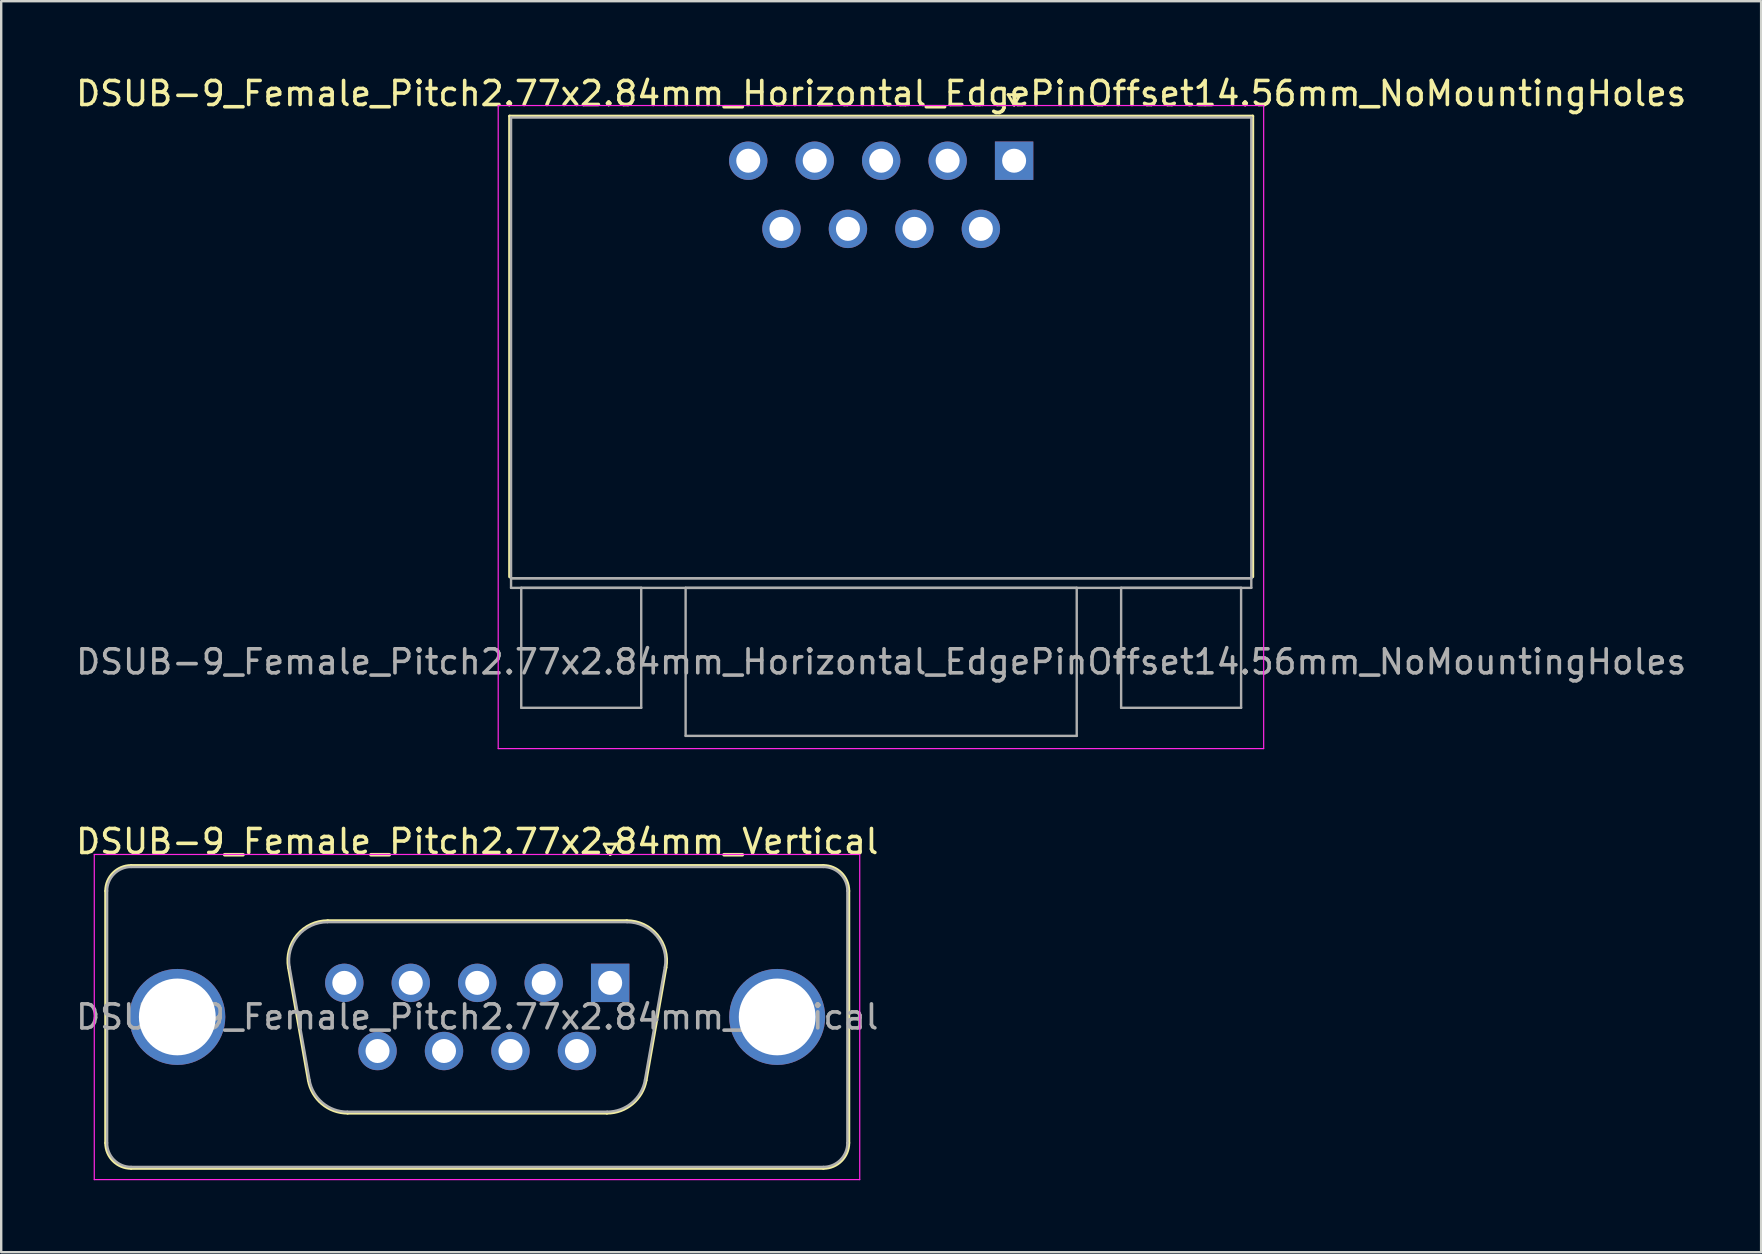
<source format=kicad_pcb>
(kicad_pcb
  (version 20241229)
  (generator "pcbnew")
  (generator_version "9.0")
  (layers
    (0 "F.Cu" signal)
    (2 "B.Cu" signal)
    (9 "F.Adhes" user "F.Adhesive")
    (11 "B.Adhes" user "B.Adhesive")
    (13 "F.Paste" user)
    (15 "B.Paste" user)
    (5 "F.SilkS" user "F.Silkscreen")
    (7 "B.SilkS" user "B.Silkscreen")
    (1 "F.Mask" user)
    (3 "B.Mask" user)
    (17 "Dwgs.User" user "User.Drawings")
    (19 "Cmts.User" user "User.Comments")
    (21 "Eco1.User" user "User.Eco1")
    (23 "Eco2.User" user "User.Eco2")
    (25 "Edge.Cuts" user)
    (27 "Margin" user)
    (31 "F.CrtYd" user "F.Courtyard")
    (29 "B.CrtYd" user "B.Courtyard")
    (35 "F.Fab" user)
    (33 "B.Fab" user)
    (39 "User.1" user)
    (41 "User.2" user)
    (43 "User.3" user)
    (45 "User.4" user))
  (footprint "DSUB-9_Female_Pitch2.77x2.84mm_Horizontal_EdgePinOffset14.56mm_NoMountingHoles"
    (layer "F.Cu")
    (at 39.213 3.648)
    (property "Reference" "DSUB-9_Female_Pitch2.77x2.84mm_Horizontal_EdgePinOffset14.56mm_NoMountingHoles" (at -5.54 -2.8 0) (layer "F.SilkS") (effects (font (size 1 1) (thickness 0.15))))
    (attr through_hole)
    (fp_line (start -21.025 -1.86) (end 9.945 -1.86) (stroke (width 0.12) (type solid)) (layer "F.SilkS"))
    (fp_line (start -21.025 17.34) (end -21.025 -1.86) (stroke (width 0.12) (type solid)) (layer "F.SilkS"))
    (fp_line (start -0.25 -2.754) (end 0.25 -2.754) (stroke (width 0.12) (type solid)) (layer "F.SilkS"))
    (fp_line (start 0 -2.321) (end -0.25 -2.754) (stroke (width 0.12) (type solid)) (layer "F.SilkS"))
    (fp_line (start 0.25 -2.754) (end 0 -2.321) (stroke (width 0.12) (type solid)) (layer "F.SilkS"))
    (fp_line (start 9.945 -1.86) (end 9.945 17.34) (stroke (width 0.12) (type solid)) (layer "F.SilkS"))
    (fp_line (start -21.5 -2.3) (end -21.5 24.5) (stroke (width 0.05) (type solid)) (layer "F.CrtYd"))
    (fp_line (start -21.5 24.5) (end 10.4 24.5) (stroke (width 0.05) (type solid)) (layer "F.CrtYd"))
    (fp_line (start 10.4 -2.3) (end -21.5 -2.3) (stroke (width 0.05) (type solid)) (layer "F.CrtYd"))
    (fp_line (start 10.4 24.5) (end 10.4 -2.3) (stroke (width 0.05) (type solid)) (layer "F.CrtYd"))
    (fp_line (start -20.965 -1.8) (end -20.965 17.4) (stroke (width 0.1) (type solid)) (layer "F.Fab"))
    (fp_line (start -20.965 17.4) (end -20.965 17.8) (stroke (width 0.1) (type solid)) (layer "F.Fab"))
    (fp_line (start -20.965 17.4) (end 9.885 17.4) (stroke (width 0.1) (type solid)) (layer "F.Fab"))
    (fp_line (start -20.965 17.8) (end 9.885 17.8) (stroke (width 0.1) (type solid)) (layer "F.Fab"))
    (fp_line (start -20.54 17.8) (end -20.54 22.8) (stroke (width 0.1) (type solid)) (layer "F.Fab"))
    (fp_line (start -20.54 22.8) (end -15.54 22.8) (stroke (width 0.1) (type solid)) (layer "F.Fab"))
    (fp_line (start -15.54 17.8) (end -20.54 17.8) (stroke (width 0.1) (type solid)) (layer "F.Fab"))
    (fp_line (start -15.54 22.8) (end -15.54 17.8) (stroke (width 0.1) (type solid)) (layer "F.Fab"))
    (fp_line (start -13.69 17.8) (end -13.69 23.97) (stroke (width 0.1) (type solid)) (layer "F.Fab"))
    (fp_line (start -13.69 23.97) (end 2.61 23.97) (stroke (width 0.1) (type solid)) (layer "F.Fab"))
    (fp_line (start 2.61 17.8) (end -13.69 17.8) (stroke (width 0.1) (type solid)) (layer "F.Fab"))
    (fp_line (start 2.61 23.97) (end 2.61 17.8) (stroke (width 0.1) (type solid)) (layer "F.Fab"))
    (fp_line (start 4.46 17.8) (end 4.46 22.8) (stroke (width 0.1) (type solid)) (layer "F.Fab"))
    (fp_line (start 4.46 22.8) (end 9.46 22.8) (stroke (width 0.1) (type solid)) (layer "F.Fab"))
    (fp_line (start 9.46 17.8) (end 4.46 17.8) (stroke (width 0.1) (type solid)) (layer "F.Fab"))
    (fp_line (start 9.46 22.8) (end 9.46 17.8) (stroke (width 0.1) (type solid)) (layer "F.Fab"))
    (fp_line (start 9.885 -1.8) (end -20.965 -1.8) (stroke (width 0.1) (type solid)) (layer "F.Fab"))
    (fp_line (start 9.885 17.4) (end -20.965 17.4) (stroke (width 0.1) (type solid)) (layer "F.Fab"))
    (fp_line (start 9.885 17.4) (end 9.885 -1.8) (stroke (width 0.1) (type solid)) (layer "F.Fab"))
    (fp_line (start 9.885 17.8) (end 9.885 17.4) (stroke (width 0.1) (type solid)) (layer "F.Fab"))
    (fp_text user "${REFERENCE}" (at -5.54 20.885 0) (layer "F.Fab") (effects (font (size 1 1) (thickness 0.15))))
    (pad "1" thru_hole rect (at 0 0) (size 1.6 1.6) (drill 1) (layers "*.Cu" "*.Mask"))
    (pad "2" thru_hole circle (at -2.77 0) (size 1.6 1.6) (drill 1) (layers "*.Cu" "*.Mask"))
    (pad "3" thru_hole circle (at -5.54 0) (size 1.6 1.6) (drill 1) (layers "*.Cu" "*.Mask"))
    (pad "4" thru_hole circle (at -8.31 0) (size 1.6 1.6) (drill 1) (layers "*.Cu" "*.Mask"))
    (pad "5" thru_hole circle (at -11.08 0) (size 1.6 1.6) (drill 1) (layers "*.Cu" "*.Mask"))
    (pad "6" thru_hole circle (at -1.385 2.84) (size 1.6 1.6) (drill 1) (layers "*.Cu" "*.Mask"))
    (pad "7" thru_hole circle (at -4.155 2.84) (size 1.6 1.6) (drill 1) (layers "*.Cu" "*.Mask"))
    (pad "8" thru_hole circle (at -6.925 2.84) (size 1.6 1.6) (drill 1) (layers "*.Cu" "*.Mask"))
    (pad "9" thru_hole circle (at -9.695 2.84) (size 1.6 1.6) (drill 1) (layers "*.Cu" "*.Mask")))
  (footprint "DSUB-9_Female_Pitch2.77x2.84mm_Vertical"
    (layer "F.Cu")
    (at 22.379 37.911)
    (property "Reference" "DSUB-9_Female_Pitch2.77x2.84mm_Vertical" (at -5.54 -5.89 0) (layer "F.SilkS") (effects (font (size 1 1) (thickness 0.15))))
    (attr through_hole)
    (fp_line (start -21.025 6.67) (end -21.025 -3.83) (stroke (width 0.12) (type solid)) (layer "F.SilkS"))
    (fp_line (start -19.965 -4.89) (end 8.885 -4.89) (stroke (width 0.12) (type solid)) (layer "F.SilkS"))
    (fp_line (start -13.406 -0.642) (end -12.578 4.058) (stroke (width 0.12) (type solid)) (layer "F.SilkS"))
    (fp_line (start -11.772 -2.59) (end 0.692 -2.59) (stroke (width 0.12) (type solid)) (layer "F.SilkS"))
    (fp_line (start -10.943 5.43) (end -0.137 5.43) (stroke (width 0.12) (type solid)) (layer "F.SilkS"))
    (fp_line (start -0.25 -5.784) (end 0.25 -5.784) (stroke (width 0.12) (type solid)) (layer "F.SilkS"))
    (fp_line (start 0 -5.351) (end -0.25 -5.784) (stroke (width 0.12) (type solid)) (layer "F.SilkS"))
    (fp_line (start 0.25 -5.784) (end 0 -5.351) (stroke (width 0.12) (type solid)) (layer "F.SilkS"))
    (fp_line (start 2.326 -0.642) (end 1.498 4.058) (stroke (width 0.12) (type solid)) (layer "F.SilkS"))
    (fp_line (start 8.885 7.73) (end -19.965 7.73) (stroke (width 0.12) (type solid)) (layer "F.SilkS"))
    (fp_line (start 9.945 -3.83) (end 9.945 6.67) (stroke (width 0.12) (type solid)) (layer "F.SilkS"))
    (fp_arc (start -21.025 -3.83) (mid -20.714533 -4.579533) (end -19.965 -4.89) (stroke (width 0.12) (type solid)) (layer "F.SilkS"))
    (fp_arc (start -19.965 7.73) (mid -20.714533 7.419533) (end -21.025 6.67) (stroke (width 0.12) (type solid)) (layer "F.SilkS"))
    (fp_arc (start -13.40647 -0.641744) (mid -13.043323 -1.997028) (end -11.771689 -2.59) (stroke (width 0.12) (type solid)) (layer "F.SilkS"))
    (fp_arc (start -10.942952 5.43) (mid -12.009979 5.041634) (end -12.577733 4.058256) (stroke (width 0.12) (type solid)) (layer "F.SilkS"))
    (fp_arc (start 0.691689 -2.59) (mid 1.963323 -1.997027) (end 2.32647 -0.641744) (stroke (width 0.12) (type solid)) (layer "F.SilkS"))
    (fp_arc (start 1.497733 4.058256) (mid 0.92998 5.041634) (end -0.137048 5.43) (stroke (width 0.12) (type solid)) (layer "F.SilkS"))
    (fp_arc (start 8.885 -4.89) (mid 9.634533 -4.579533) (end 9.945 -3.83) (stroke (width 0.12) (type solid)) (layer "F.SilkS"))
    (fp_arc (start 9.945 6.67) (mid 9.634533 7.419533) (end 8.885 7.73) (stroke (width 0.12) (type solid)) (layer "F.SilkS"))
    (fp_line (start -21.5 -5.35) (end -21.5 8.2) (stroke (width 0.05) (type solid)) (layer "F.CrtYd"))
    (fp_line (start -21.5 8.2) (end 10.4 8.2) (stroke (width 0.05) (type solid)) (layer "F.CrtYd"))
    (fp_line (start 10.4 -5.35) (end -21.5 -5.35) (stroke (width 0.05) (type solid)) (layer "F.CrtYd"))
    (fp_line (start 10.4 8.2) (end 10.4 -5.35) (stroke (width 0.05) (type solid)) (layer "F.CrtYd"))
    (fp_line (start -20.965 6.67) (end -20.965 -3.83) (stroke (width 0.1) (type solid)) (layer "F.Fab"))
    (fp_line (start -19.965 -4.83) (end 8.885 -4.83) (stroke (width 0.1) (type solid)) (layer "F.Fab"))
    (fp_line (start -13.359 -0.652) (end -12.53 4.048) (stroke (width 0.1) (type solid)) (layer "F.Fab"))
    (fp_line (start -11.783 -2.53) (end 0.703 -2.53) (stroke (width 0.1) (type solid)) (layer "F.Fab"))
    (fp_line (start -10.954 5.37) (end -0.126 5.37) (stroke (width 0.1) (type solid)) (layer "F.Fab"))
    (fp_line (start 2.279 -0.652) (end 1.45 4.048) (stroke (width 0.1) (type solid)) (layer "F.Fab"))
    (fp_line (start 8.885 7.67) (end -19.965 7.67) (stroke (width 0.1) (type solid)) (layer "F.Fab"))
    (fp_line (start 9.885 -3.83) (end 9.885 6.67) (stroke (width 0.1) (type solid)) (layer "F.Fab"))
    (fp_arc (start -20.965 -3.83) (mid -20.672107 -4.537107) (end -19.965 -4.83) (stroke (width 0.1) (type solid)) (layer "F.Fab"))
    (fp_arc (start -19.965 7.67) (mid -20.672107 7.377107) (end -20.965 6.67) (stroke (width 0.1) (type solid)) (layer "F.Fab"))
    (fp_arc (start -13.358886 -0.652163) (mid -13.008865 -1.95846) (end -11.783194 -2.53) (stroke (width 0.1) (type solid)) (layer "F.Fab"))
    (fp_arc (start -10.954457 5.37) (mid -11.982917 4.995671) (end -12.530149 4.047837) (stroke (width 0.1) (type solid)) (layer "F.Fab"))
    (fp_arc (start 0.703194 -2.53) (mid 1.928865 -1.95846) (end 2.278886 -0.652163) (stroke (width 0.1) (type solid)) (layer "F.Fab"))
    (fp_arc (start 1.450149 4.047837) (mid 0.902917 4.995671) (end -0.125543 5.37) (stroke (width 0.1) (type solid)) (layer "F.Fab"))
    (fp_arc (start 8.885 -4.83) (mid 9.592107 -4.537107) (end 9.885 -3.83) (stroke (width 0.1) (type solid)) (layer "F.Fab"))
    (fp_arc (start 9.885 6.67) (mid 9.592107 7.377107) (end 8.885 7.67) (stroke (width 0.1) (type solid)) (layer "F.Fab"))
    (fp_text user "${REFERENCE}" (at -5.54 1.42 0) (layer "F.Fab") (effects (font (size 1 1) (thickness 0.15))))
    (pad "0" thru_hole circle (at -18.04 1.42) (size 4 4) (drill 3.2) (layers "*.Cu" "*.Mask"))
    (pad "0" thru_hole circle (at 6.96 1.42) (size 4 4) (drill 3.2) (layers "*.Cu" "*.Mask"))
    (pad "1" thru_hole rect (at 0 0) (size 1.6 1.6) (drill 1) (layers "*.Cu" "*.Mask"))
    (pad "2" thru_hole circle (at -2.77 0) (size 1.6 1.6) (drill 1) (layers "*.Cu" "*.Mask"))
    (pad "3" thru_hole circle (at -5.54 0) (size 1.6 1.6) (drill 1) (layers "*.Cu" "*.Mask"))
    (pad "4" thru_hole circle (at -8.31 0) (size 1.6 1.6) (drill 1) (layers "*.Cu" "*.Mask"))
    (pad "5" thru_hole circle (at -11.08 0) (size 1.6 1.6) (drill 1) (layers "*.Cu" "*.Mask"))
    (pad "6" thru_hole circle (at -1.385 2.84) (size 1.6 1.6) (drill 1) (layers "*.Cu" "*.Mask"))
    (pad "7" thru_hole circle (at -4.155 2.84) (size 1.6 1.6) (drill 1) (layers "*.Cu" "*.Mask"))
    (pad "8" thru_hole circle (at -6.925 2.84) (size 1.6 1.6) (drill 1) (layers "*.Cu" "*.Mask"))
    (pad "9" thru_hole circle (at -9.695 2.84) (size 1.6 1.6) (drill 1) (layers "*.Cu" "*.Mask")))
  (gr_rect
    (start -3 -3)
    (end 70.345 49.136)
    (stroke (width 0.1) (type default))
    (fill no)
    (layer "Edge.Cuts")))
</source>
